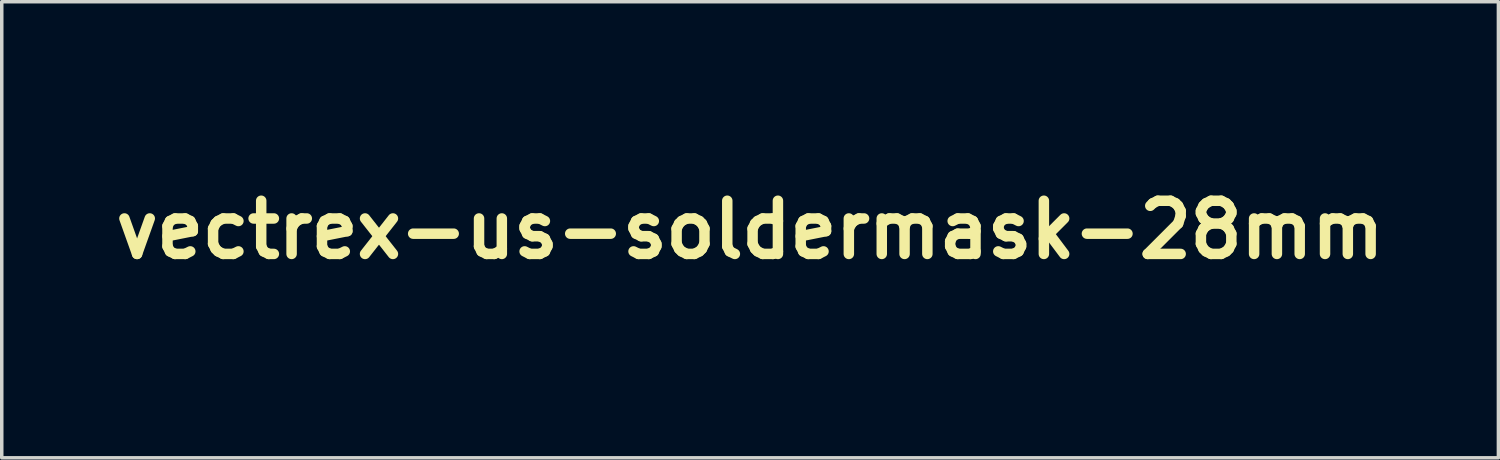
<source format=kicad_pcb>
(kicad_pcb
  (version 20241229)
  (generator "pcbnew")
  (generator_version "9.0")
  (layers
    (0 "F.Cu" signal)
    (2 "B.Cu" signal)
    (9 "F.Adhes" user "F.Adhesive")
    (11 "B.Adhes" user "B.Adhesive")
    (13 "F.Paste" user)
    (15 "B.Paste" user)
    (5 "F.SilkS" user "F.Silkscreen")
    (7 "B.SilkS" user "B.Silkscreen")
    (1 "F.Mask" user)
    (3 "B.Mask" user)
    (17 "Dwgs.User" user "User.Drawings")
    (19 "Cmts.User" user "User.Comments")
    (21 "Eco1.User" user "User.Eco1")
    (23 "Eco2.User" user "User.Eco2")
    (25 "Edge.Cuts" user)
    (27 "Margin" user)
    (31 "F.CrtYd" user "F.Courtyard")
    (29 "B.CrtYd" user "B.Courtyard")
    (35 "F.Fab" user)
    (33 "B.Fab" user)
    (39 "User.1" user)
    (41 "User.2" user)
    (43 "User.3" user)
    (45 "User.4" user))
  (footprint "vectrex-us-soldermask-28mm"
    (layer "F.Cu")
    (at 18.44 3.536)
    (property "Reference" "vectrex-us-soldermask-28mm" (at 0 0 0) (layer "F.SilkS") (effects (font (size 1.524 1.524) (thickness 0.3))))
    (attr through_hole)
    (fp_poly (pts (xy 4.466 -0.253) (xy 4.637 -0.251) (xy 4.78 -0.248) (xy 4.887 -0.244) (xy 4.952 -0.239) (xy 4.967 -0.236) (xy 4.948 -0.211) (xy 4.895 -0.152) (xy 4.812 -0.065) (xy 4.706 0.046) (xy 4.582 0.174) (xy 4.477 0.282) (xy 4.34 0.423) (xy 4.216 0.553) (xy 4.112 0.667) (xy 4.031 0.758) (xy 3.981 0.82) (xy 3.966 0.843) (xy 3.965 0.927) (xy 4.009 0.997) (xy 4.086 1.038) (xy 4.132 1.044) (xy 4.161 1.041) (xy 4.193 1.03) (xy 4.232 1.007) (xy 4.283 0.967) (xy 4.35 0.906) (xy 4.439 0.82) (xy 4.553 0.706) (xy 4.697 0.558) (xy 4.855 0.395) (xy 5.482 -0.254) (xy 6.128 -0.254) (xy 6.312 -0.253) (xy 6.475 -0.251) (xy 6.61 -0.247) (xy 6.709 -0.242) (xy 6.764 -0.236) (xy 6.772 -0.233) (xy 6.754 -0.207) (xy 6.704 -0.144) (xy 6.626 -0.048) (xy 6.525 0.073) (xy 6.405 0.215) (xy 6.271 0.373) (xy 6.228 0.423) (xy 5.685 1.058) (xy 5.227 1.066) (xy 4.77 1.074) (xy 4.77 3.471) (xy 3.584 3.471) (xy 3.584 -0.254) (xy 4.276 -0.254) (xy 4.466 -0.253)) (stroke (width 0.01) (type solid)) (fill yes) (layer "F.Mask"))
    (fp_poly (pts (xy 2.716 -2.492) (xy 2.723 -1.453) (xy 3.668 -1.439) (xy 4.612 -1.425) (xy 4.021 -0.812) (xy 3.429 -0.199) (xy 3.069 -0.198) (xy 2.709 -0.198) (xy 2.709 3.471) (xy 1.524 3.471) (xy 1.524 -0.068) (xy 1.891 -0.438) (xy 2.03 -0.581) (xy 2.131 -0.69) (xy 2.2 -0.771) (xy 2.24 -0.83) (xy 2.257 -0.872) (xy 2.258 -0.882) (xy 2.234 -0.971) (xy 2.168 -1.028) (xy 2.086 -1.044) (xy 2.051 -1.038) (xy 2.006 -1.015) (xy 1.945 -0.973) (xy 1.862 -0.906) (xy 1.752 -0.809) (xy 1.61 -0.68) (xy 1.546 -0.621) (xy 1.088 -0.198) (xy 0.478 -0.198) (xy 0.298 -0.198) (xy 0.138 -0.2) (xy 0.005 -0.204) (xy -0.091 -0.208) (xy -0.142 -0.212) (xy -0.148 -0.214) (xy -0.135 -0.239) (xy -0.088 -0.3) (xy -0.012 -0.394) (xy 0.088 -0.514) (xy 0.208 -0.655) (xy 0.345 -0.813) (xy 0.419 -0.899) (xy 0.623 -1.131) (xy 0.833 -1.372) (xy 1.048 -1.617) (xy 1.262 -1.863) (xy 1.473 -2.104) (xy 1.677 -2.338) (xy 1.87 -2.56) (xy 2.05 -2.767) (xy 2.212 -2.953) (xy 2.353 -3.115) (xy 2.469 -3.25) (xy 2.558 -3.352) (xy 2.614 -3.418) (xy 2.631 -3.438) (xy 2.709 -3.531) (xy 2.716 -2.492)) (stroke (width 0.01) (type solid)) (fill yes) (layer "F.Mask"))
    (fp_poly (pts (xy -0.392 -0.221) (xy -0.096 -0.133) (xy 0.18 -0.001) (xy 0.425 0.172) (xy 0.452 0.194) (xy 0.579 0.307) (xy -0.347 1.237) (xy -0.46 1.162) (xy -0.547 1.115) (xy -0.645 1.09) (xy -0.759 1.079) (xy -0.931 1.089) (xy -1.072 1.142) (xy -1.192 1.243) (xy -1.255 1.322) (xy -1.305 1.402) (xy -1.331 1.476) (xy -1.34 1.569) (xy -1.341 1.623) (xy -1.336 1.733) (xy -1.319 1.812) (xy -1.28 1.886) (xy -1.255 1.923) (xy -1.131 2.058) (xy -0.985 2.14) (xy -0.815 2.172) (xy -0.792 2.173) (xy -0.609 2.149) (xy -0.455 2.078) (xy -0.335 1.963) (xy -0.253 1.808) (xy -0.229 1.724) (xy -0.216 1.68) (xy -0.195 1.635) (xy -0.16 1.583) (xy -0.107 1.517) (xy -0.029 1.433) (xy 0.076 1.323) (xy 0.215 1.182) (xy 0.287 1.11) (xy 0.423 0.975) (xy 0.547 0.855) (xy 0.653 0.755) (xy 0.735 0.682) (xy 0.788 0.639) (xy 0.804 0.63) (xy 0.838 0.664) (xy 0.883 0.741) (xy 0.932 0.848) (xy 0.982 0.974) (xy 1.026 1.107) (xy 1.048 1.189) (xy 1.095 1.486) (xy 1.091 1.79) (xy 1.037 2.091) (xy 0.938 2.382) (xy 0.795 2.653) (xy 0.611 2.895) (xy 0.485 3.021) (xy 0.232 3.211) (xy -0.048 3.357) (xy -0.348 3.456) (xy -0.658 3.506) (xy -0.969 3.502) (xy -1.02 3.496) (xy -1.328 3.429) (xy -1.618 3.312) (xy -1.883 3.149) (xy -2.119 2.946) (xy -2.32 2.707) (xy -2.481 2.438) (xy -2.596 2.142) (xy -2.611 2.088) (xy -2.643 1.912) (xy -2.657 1.706) (xy -2.655 1.49) (xy -2.637 1.289) (xy -2.611 1.158) (xy -2.503 0.854) (xy -2.349 0.577) (xy -2.153 0.333) (xy -1.92 0.124) (xy -1.656 -0.045) (xy -1.364 -0.169) (xy -1.049 -0.244) (xy -0.996 -0.251) (xy -0.695 -0.262) (xy -0.392 -0.221)) (stroke (width 0.01) (type solid)) (fill yes) (layer "F.Mask"))
    (fp_poly (pts (xy -4.387 -0.215) (xy -4.169 -0.15) (xy -3.878 -0.018) (xy -3.62 0.161) (xy -3.506 0.263) (xy -3.358 0.408) (xy -4.212 1.263) (xy -4.426 1.478) (xy -4.602 1.656) (xy -4.743 1.801) (xy -4.852 1.916) (xy -4.933 2.004) (xy -4.987 2.068) (xy -5.018 2.111) (xy -5.028 2.136) (xy -5.024 2.145) (xy -4.973 2.16) (xy -4.888 2.17) (xy -4.818 2.173) (xy -4.634 2.149) (xy -4.481 2.078) (xy -4.361 1.963) (xy -4.277 1.804) (xy -4.26 1.75) (xy -4.244 1.704) (xy -4.217 1.655) (xy -4.174 1.596) (xy -4.112 1.521) (xy -4.024 1.425) (xy -3.906 1.302) (xy -3.753 1.147) (xy -3.728 1.122) (xy -3.592 0.985) (xy -3.468 0.862) (xy -3.363 0.759) (xy -3.282 0.681) (xy -3.231 0.633) (xy -3.215 0.621) (xy -3.192 0.645) (xy -3.157 0.711) (xy -3.114 0.804) (xy -3.068 0.913) (xy -3.025 1.025) (xy -2.991 1.127) (xy -2.979 1.17) (xy -2.953 1.318) (xy -2.939 1.501) (xy -2.937 1.697) (xy -2.948 1.885) (xy -2.971 2.044) (xy -2.978 2.075) (xy -3.082 2.374) (xy -3.234 2.651) (xy -3.428 2.899) (xy -3.659 3.112) (xy -3.921 3.285) (xy -4.169 3.396) (xy -4.262 3.424) (xy -4.381 3.454) (xy -4.512 3.481) (xy -4.641 3.504) (xy -4.751 3.52) (xy -4.83 3.526) (xy -4.853 3.524) (xy -4.887 3.519) (xy -4.96 3.509) (xy -5.047 3.497) (xy -5.363 3.429) (xy -5.656 3.309) (xy -5.925 3.139) (xy -6.124 2.963) (xy -6.3 2.769) (xy -6.435 2.576) (xy -6.542 2.366) (xy -6.597 2.225) (xy -6.628 2.135) (xy -6.648 2.054) (xy -6.661 1.968) (xy -6.668 1.863) (xy -6.671 1.725) (xy -6.671 1.646) (xy -5.362 1.646) (xy -5.359 1.732) (xy -5.35 1.791) (xy -5.341 1.806) (xy -5.316 1.787) (xy -5.257 1.735) (xy -5.172 1.655) (xy -5.069 1.554) (xy -4.975 1.461) (xy -4.862 1.347) (xy -4.764 1.246) (xy -4.689 1.166) (xy -4.641 1.113) (xy -4.628 1.094) (xy -4.654 1.083) (xy -4.721 1.075) (xy -4.806 1.072) (xy -4.987 1.097) (xy -5.137 1.166) (xy -5.252 1.277) (xy -5.328 1.425) (xy -5.361 1.605) (xy -5.362 1.646) (xy -6.671 1.646) (xy -6.671 1.623) (xy -6.67 1.458) (xy -6.666 1.335) (xy -6.657 1.24) (xy -6.641 1.158) (xy -6.616 1.075) (xy -6.597 1.021) (xy -6.501 0.791) (xy -6.384 0.59) (xy -6.234 0.399) (xy -6.124 0.282) (xy -5.879 0.074) (xy -5.609 -0.085) (xy -5.319 -0.195) (xy -5.015 -0.255) (xy -4.702 -0.262) (xy -4.387 -0.215)) (stroke (width 0.01) (type solid)) (fill yes) (layer "F.Mask"))
    (fp_poly (pts (xy -10.274 -1.693) (xy -9.865 -1.693) (xy -9.475 -1.692) (xy -9.109 -1.691) (xy -8.769 -1.69) (xy -8.46 -1.689) (xy -8.184 -1.687) (xy -7.945 -1.686) (xy -7.746 -1.684) (xy -7.592 -1.682) (xy -7.485 -1.68) (xy -7.43 -1.678) (xy -7.422 -1.677) (xy -7.442 -1.654) (xy -7.497 -1.595) (xy -7.586 -1.502) (xy -7.705 -1.38) (xy -7.85 -1.23) (xy -8.018 -1.058) (xy -8.206 -0.865) (xy -8.411 -0.657) (xy -8.629 -0.435) (xy -8.714 -0.349) (xy -8.937 -0.121) (xy -9.15 0.097) (xy -9.348 0.301) (xy -9.528 0.488) (xy -9.687 0.653) (xy -9.821 0.794) (xy -9.926 0.908) (xy -10 0.989) (xy -10.039 1.035) (xy -10.043 1.042) (xy -10.062 1.135) (xy -10.035 1.22) (xy -9.973 1.286) (xy -9.884 1.321) (xy -9.787 1.317) (xy -9.754 1.294) (xy -9.684 1.231) (xy -9.579 1.133) (xy -9.442 0.999) (xy -9.273 0.833) (xy -9.075 0.636) (xy -8.851 0.411) (xy -8.602 0.16) (xy -8.33 -0.117) (xy -8.252 -0.196) (xy -6.787 -1.691) (xy -5.854 -1.692) (xy -5.63 -1.692) (xy -5.424 -1.691) (xy -5.243 -1.689) (xy -5.094 -1.686) (xy -4.984 -1.683) (xy -4.919 -1.68) (xy -4.904 -1.677) (xy -4.92 -1.655) (xy -4.971 -1.593) (xy -5.054 -1.495) (xy -5.166 -1.365) (xy -5.304 -1.204) (xy -5.466 -1.017) (xy -5.648 -0.807) (xy -5.849 -0.576) (xy -6.064 -0.328) (xy -6.293 -0.065) (xy -6.531 0.208) (xy -6.776 0.489) (xy -7.025 0.774) (xy -7.276 1.062) (xy -7.526 1.347) (xy -7.771 1.628) (xy -8.01 1.9) (xy -8.24 2.162) (xy -8.457 2.409) (xy -8.66 2.639) (xy -8.844 2.848) (xy -9.008 3.034) (xy -9.149 3.193) (xy -9.264 3.322) (xy -9.351 3.418) (xy -9.406 3.477) (xy -9.426 3.497) (xy -9.446 3.477) (xy -9.501 3.416) (xy -9.589 3.319) (xy -9.707 3.186) (xy -9.853 3.022) (xy -10.025 2.827) (xy -10.22 2.606) (xy -10.437 2.361) (xy -10.673 2.094) (xy -10.925 1.807) (xy -11.192 1.504) (xy -11.471 1.187) (xy -11.698 0.928) (xy -11.985 0.601) (xy -12.262 0.286) (xy -12.526 -0.015) (xy -12.774 -0.299) (xy -13.006 -0.564) (xy -13.218 -0.806) (xy -13.409 -1.024) (xy -13.575 -1.215) (xy -13.715 -1.376) (xy -13.826 -1.504) (xy -13.906 -1.597) (xy -13.953 -1.653) (xy -13.965 -1.668) (xy -13.939 -1.672) (xy -13.859 -1.675) (xy -13.727 -1.678) (xy -13.547 -1.681) (xy -13.321 -1.684) (xy -13.051 -1.686) (xy -12.741 -1.688) (xy -12.392 -1.69) (xy -12.008 -1.692) (xy -11.591 -1.693) (xy -11.143 -1.693) (xy -10.699 -1.693) (xy -10.274 -1.693)) (stroke (width 0.01) (type solid)) (fill yes) (layer "F.Mask"))
    (fp_poly (pts (xy 8.306 -0.24) (xy 8.6 -0.166) (xy 8.883 -0.043) (xy 9.148 0.129) (xy 9.25 0.214) (xy 9.331 0.29) (xy 9.392 0.355) (xy 9.424 0.397) (xy 9.426 0.404) (xy 9.407 0.431) (xy 9.352 0.492) (xy 9.265 0.585) (xy 9.15 0.705) (xy 9.012 0.847) (xy 8.854 1.008) (xy 8.681 1.182) (xy 8.587 1.278) (xy 8.375 1.49) (xy 8.201 1.666) (xy 8.061 1.81) (xy 7.954 1.923) (xy 7.875 2.009) (xy 7.823 2.071) (xy 7.794 2.113) (xy 7.785 2.137) (xy 7.789 2.145) (xy 7.839 2.16) (xy 7.925 2.17) (xy 8.003 2.173) (xy 8.117 2.167) (xy 8.205 2.144) (xy 8.296 2.096) (xy 8.302 2.092) (xy 8.405 2.004) (xy 8.488 1.89) (xy 8.54 1.77) (xy 8.551 1.693) (xy 8.564 1.658) (xy 8.603 1.601) (xy 8.673 1.518) (xy 8.775 1.407) (xy 8.913 1.264) (xy 9.052 1.123) (xy 9.189 0.986) (xy 9.315 0.864) (xy 9.422 0.762) (xy 9.507 0.686) (xy 9.561 0.641) (xy 9.581 0.63) (xy 9.619 0.665) (xy 9.668 0.744) (xy 9.722 0.856) (xy 9.775 0.99) (xy 9.798 1.056) (xy 9.826 1.149) (xy 9.845 1.237) (xy 9.856 1.334) (xy 9.861 1.456) (xy 9.862 1.618) (xy 9.862 1.637) (xy 9.86 1.801) (xy 9.854 1.923) (xy 9.843 2.019) (xy 9.825 2.104) (xy 9.797 2.193) (xy 9.786 2.225) (xy 9.692 2.452) (xy 9.576 2.652) (xy 9.428 2.842) (xy 9.312 2.965) (xy 9.072 3.169) (xy 8.802 3.328) (xy 8.51 3.439) (xy 8.202 3.5) (xy 7.887 3.509) (xy 7.757 3.497) (xy 7.451 3.429) (xy 7.163 3.311) (xy 6.899 3.149) (xy 6.663 2.946) (xy 6.462 2.708) (xy 6.301 2.44) (xy 6.186 2.146) (xy 6.167 2.075) (xy 6.141 1.927) (xy 6.128 1.744) (xy 6.127 1.657) (xy 7.432 1.657) (xy 7.439 1.738) (xy 7.456 1.793) (xy 7.473 1.806) (xy 7.498 1.787) (xy 7.556 1.735) (xy 7.641 1.655) (xy 7.744 1.554) (xy 7.838 1.461) (xy 7.951 1.347) (xy 8.049 1.246) (xy 8.124 1.166) (xy 8.172 1.113) (xy 8.184 1.094) (xy 8.159 1.083) (xy 8.092 1.075) (xy 8.014 1.072) (xy 7.827 1.096) (xy 7.672 1.166) (xy 7.551 1.28) (xy 7.466 1.437) (xy 7.45 1.486) (xy 7.435 1.568) (xy 7.432 1.657) (xy 6.127 1.657) (xy 6.126 1.548) (xy 6.137 1.361) (xy 6.16 1.202) (xy 6.167 1.17) (xy 6.253 0.92) (xy 6.378 0.67) (xy 6.532 0.443) (xy 6.623 0.338) (xy 6.863 0.121) (xy 7.128 -0.047) (xy 7.41 -0.168) (xy 7.704 -0.24) (xy 8.005 -0.264) (xy 8.306 -0.24)) (stroke (width 0.01) (type solid)) (fill yes) (layer "F.Mask"))
    (fp_poly (pts (xy 13.52 -0.253) (xy 13.682 -0.251) (xy 13.815 -0.247) (xy 13.911 -0.242) (xy 13.963 -0.236) (xy 13.97 -0.233) (xy 13.952 -0.207) (xy 13.902 -0.143) (xy 13.822 -0.046) (xy 13.717 0.081) (xy 13.59 0.233) (xy 13.446 0.405) (xy 13.287 0.592) (xy 13.193 0.703) (xy 12.416 1.618) (xy 12.483 1.691) (xy 12.53 1.744) (xy 12.604 1.83) (xy 12.702 1.943) (xy 12.818 2.079) (xy 12.947 2.232) (xy 13.086 2.395) (xy 13.229 2.564) (xy 13.371 2.734) (xy 13.509 2.897) (xy 13.637 3.05) (xy 13.75 3.186) (xy 13.845 3.3) (xy 13.916 3.387) (xy 13.959 3.44) (xy 13.97 3.455) (xy 13.943 3.458) (xy 13.864 3.461) (xy 13.74 3.464) (xy 13.575 3.466) (xy 13.374 3.468) (xy 13.144 3.47) (xy 12.888 3.471) (xy 12.613 3.471) (xy 12.517 3.471) (xy 12.236 3.471) (xy 11.973 3.47) (xy 11.734 3.468) (xy 11.523 3.466) (xy 11.345 3.463) (xy 11.206 3.46) (xy 11.112 3.457) (xy 11.066 3.453) (xy 11.063 3.452) (xy 11.082 3.427) (xy 11.136 3.369) (xy 11.219 3.281) (xy 11.325 3.171) (xy 11.45 3.044) (xy 11.549 2.944) (xy 11.685 2.806) (xy 11.808 2.68) (xy 11.913 2.571) (xy 11.994 2.486) (xy 12.044 2.431) (xy 12.058 2.413) (xy 12.071 2.34) (xy 12.042 2.264) (xy 11.985 2.203) (xy 11.911 2.174) (xy 11.9 2.173) (xy 11.865 2.19) (xy 11.799 2.24) (xy 11.701 2.326) (xy 11.57 2.449) (xy 11.404 2.61) (xy 11.202 2.811) (xy 11.19 2.822) (xy 10.541 3.471) (xy 9.898 3.471) (xy 9.67 3.47) (xy 9.497 3.467) (xy 9.374 3.462) (xy 9.3 3.455) (xy 9.272 3.445) (xy 9.272 3.441) (xy 9.294 3.414) (xy 9.349 3.348) (xy 9.432 3.249) (xy 9.54 3.12) (xy 9.669 2.968) (xy 9.815 2.796) (xy 9.974 2.608) (xy 10.051 2.518) (xy 10.213 2.326) (xy 10.364 2.148) (xy 10.498 1.987) (xy 10.612 1.848) (xy 10.703 1.736) (xy 10.767 1.656) (xy 10.799 1.612) (xy 10.803 1.605) (xy 10.783 1.58) (xy 10.731 1.516) (xy 10.65 1.419) (xy 10.544 1.292) (xy 10.416 1.141) (xy 10.271 0.969) (xy 10.112 0.782) (xy 10.026 0.681) (xy 9.862 0.488) (xy 9.71 0.309) (xy 9.574 0.147) (xy 9.457 0.008) (xy 9.364 -0.105) (xy 9.297 -0.186) (xy 9.262 -0.23) (xy 9.257 -0.238) (xy 9.284 -0.241) (xy 9.363 -0.244) (xy 9.487 -0.247) (xy 9.652 -0.249) (xy 9.853 -0.251) (xy 10.083 -0.252) (xy 10.339 -0.253) (xy 10.614 -0.254) (xy 10.713 -0.254) (xy 11.062 -0.253) (xy 11.366 -0.252) (xy 11.624 -0.249) (xy 11.833 -0.246) (xy 11.992 -0.242) (xy 12.099 -0.236) (xy 12.153 -0.23) (xy 12.159 -0.227) (xy 12.138 -0.2) (xy 12.082 -0.138) (xy 11.999 -0.047) (xy 11.892 0.067) (xy 11.768 0.198) (xy 11.663 0.307) (xy 11.501 0.477) (xy 11.375 0.613) (xy 11.283 0.718) (xy 11.221 0.8) (xy 11.186 0.863) (xy 11.175 0.911) (xy 11.183 0.951) (xy 11.208 0.987) (xy 11.22 1) (xy 11.254 1.03) (xy 11.289 1.047) (xy 11.328 1.048) (xy 11.377 1.03) (xy 11.439 0.99) (xy 11.52 0.925) (xy 11.623 0.83) (xy 11.754 0.705) (xy 11.916 0.544) (xy 12.063 0.395) (xy 12.707 -0.254) (xy 13.338 -0.254) (xy 13.52 -0.253)) (stroke (width 0.01) (type solid)) (fill yes) (layer "F.Mask")))
  (gr_rect
    (start -3 -3)
    (end 39.881 10.067)
    (stroke (width 0.1) (type default))
    (fill no)
    (layer "Edge.Cuts")))
</source>
